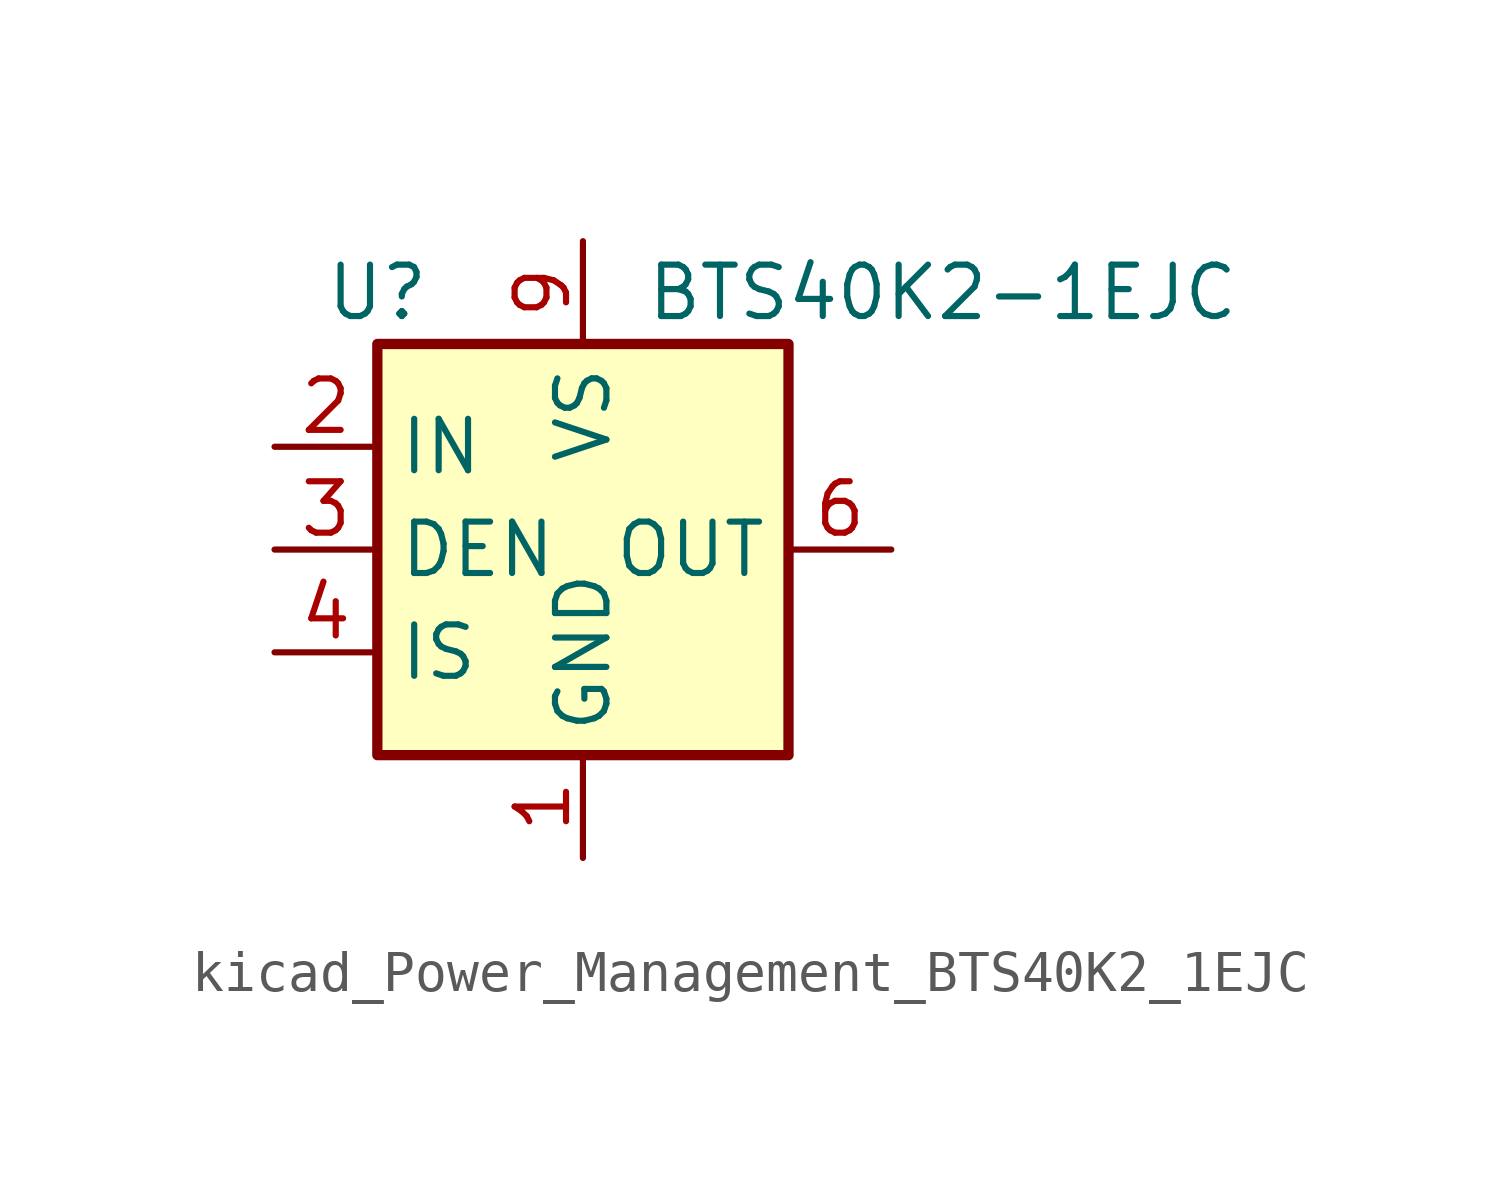
<source format=kicad_sym>
(kicad_symbol_lib
  (version 20220914)
  (generator kicad_symbol_editor)
  (symbol "kicad_Power_Management_BTS40K2_1EJC"
    (property "Reference" "U"
      (at -5.08 6.35 0)
      (effects (font (size 1.27 1.27))))
    (property "Value" "BTS40K2-1EJC"
      (at 8.89 6.35 0)
      (effects (font (size 1.27 1.27))))
    (symbol "kicad_Power_Management_BTS40K2_1EJC_0_1"
      (rectangle (start -5.08 5.08) (end 5.08 -5.08) (stroke (width 0.254) (type default)) (fill (type background))))
    (symbol "kicad_Power_Management_BTS40K2_1EJC_1_1"
      (pin power_in line (at 0 -7.62 90) (length 2.54) (name "GND" (effects (font (size 1.27 1.27)))) (number "1" (effects (font (size 1.27 1.27)))))
      (pin input line (at -7.62 2.54 0) (length 2.54) (name "IN" (effects (font (size 1.27 1.27)))) (number "2" (effects (font (size 1.27 1.27)))))
      (pin input line (at -7.62 0 0) (length 2.54) (name "DEN" (effects (font (size 1.27 1.27)))) (number "3" (effects (font (size 1.27 1.27)))))
      (pin output line (at -7.62 -2.54 0) (length 2.54) (name "IS" (effects (font (size 1.27 1.27)))) (number "4" (effects (font (size 1.27 1.27)))))
      (pin no_connect line (at 5.08 2.54 180) (length 2.54) hide (name "NC" (effects (font (size 1.27 1.27)))) (number "5" (effects (font (size 1.27 1.27)))))
      (pin power_out line (at 7.62 0 180) (length 2.54) (name "OUT" (effects (font (size 1.27 1.27)))) (number "6" (effects (font (size 1.27 1.27)))))
      (pin passive line (at 7.62 0 180) (length 2.54) hide (name "OUT" (effects (font (size 1.27 1.27)))) (number "7" (effects (font (size 1.27 1.27)))))
      (pin passive line (at 7.62 0 180) (length 2.54) hide (name "OUT" (effects (font (size 1.27 1.27)))) (number "8" (effects (font (size 1.27 1.27)))))
      (pin power_in line (at 0 7.62 270) (length 2.54) (name "VS" (effects (font (size 1.27 1.27)))) (number "9" (effects (font (size 1.27 1.27))))))))
</source>
